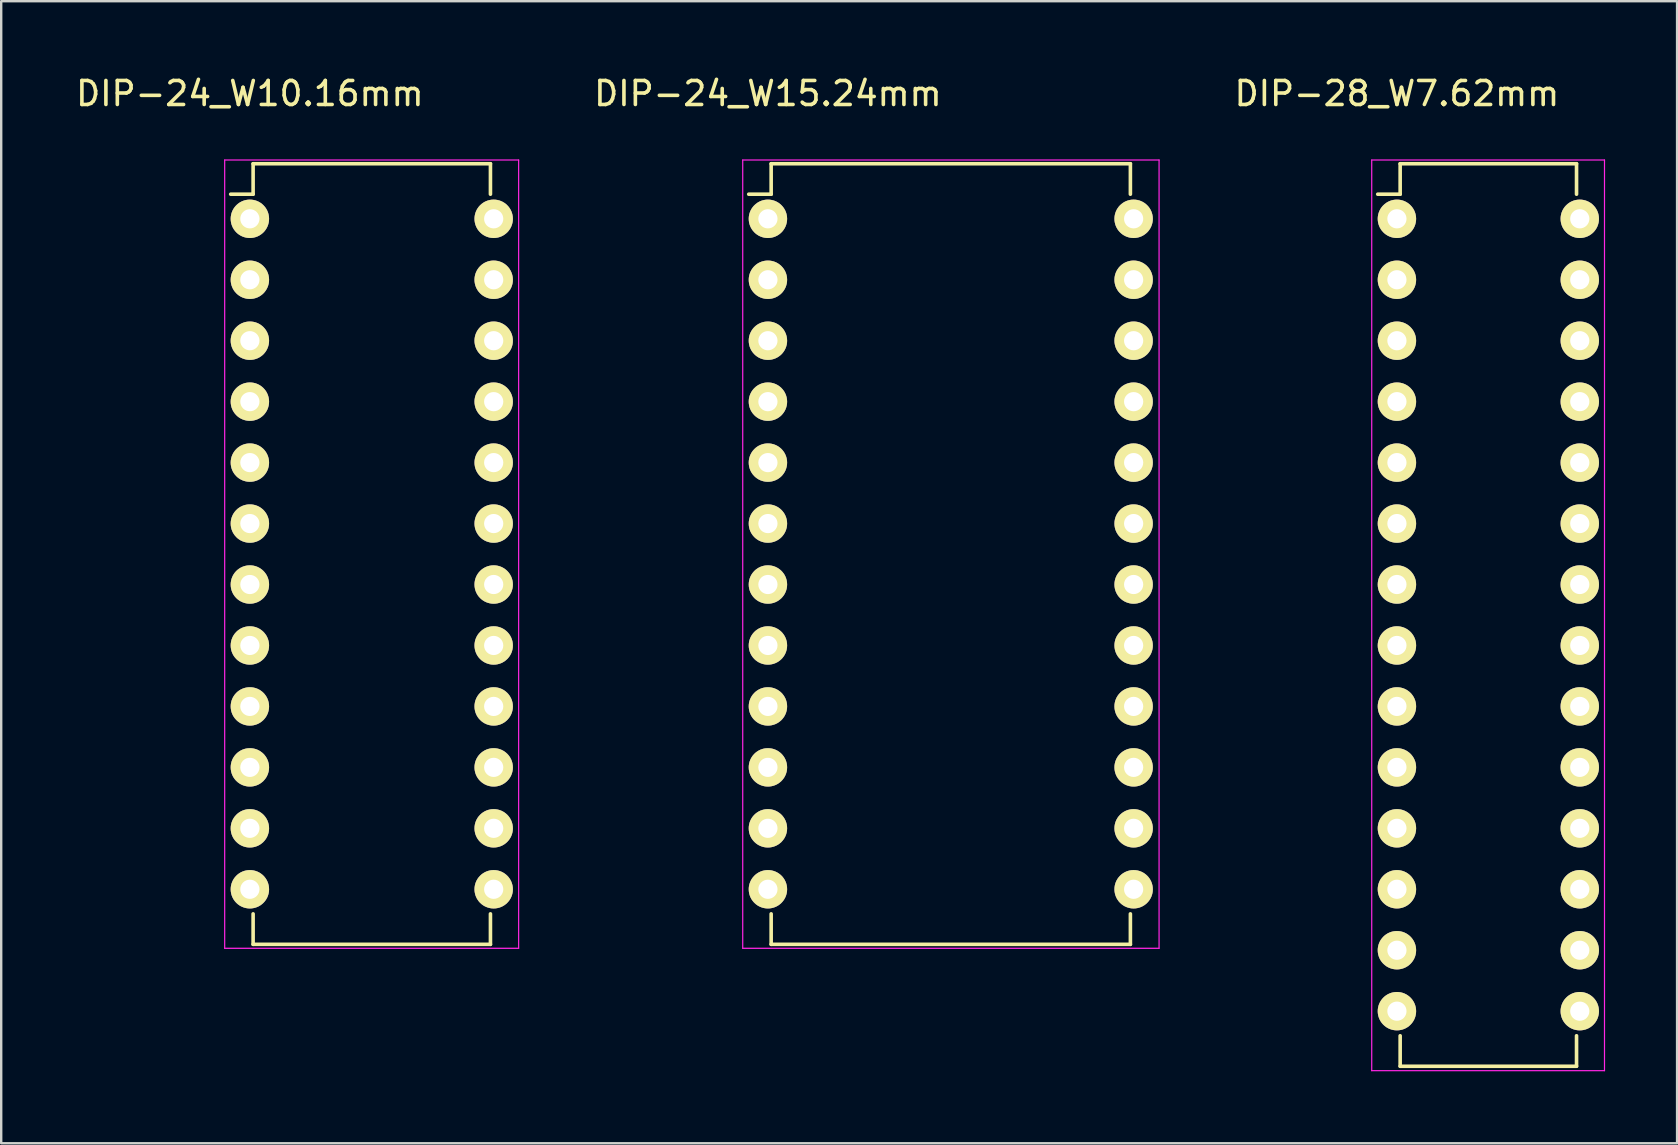
<source format=kicad_pcb>
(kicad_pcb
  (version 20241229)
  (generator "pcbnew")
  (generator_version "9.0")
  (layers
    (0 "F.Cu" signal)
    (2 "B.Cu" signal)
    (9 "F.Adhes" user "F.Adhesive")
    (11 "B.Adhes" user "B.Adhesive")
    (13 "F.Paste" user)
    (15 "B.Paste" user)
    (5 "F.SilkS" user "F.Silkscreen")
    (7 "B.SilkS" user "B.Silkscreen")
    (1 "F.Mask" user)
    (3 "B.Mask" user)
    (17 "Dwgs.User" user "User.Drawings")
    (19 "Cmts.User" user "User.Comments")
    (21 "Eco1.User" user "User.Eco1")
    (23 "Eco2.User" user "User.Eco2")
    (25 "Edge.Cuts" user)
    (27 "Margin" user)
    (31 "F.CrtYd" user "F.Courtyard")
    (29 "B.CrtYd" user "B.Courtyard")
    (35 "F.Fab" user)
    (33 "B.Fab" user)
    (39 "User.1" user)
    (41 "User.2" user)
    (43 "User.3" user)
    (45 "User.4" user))
  (footprint "DIP-24_W10.16mm"
    (layer "F.Cu")
    (at 7.363 6.068)
    (property "Reference" "DIP-24_W10.16mm" (at 0 -5.22 0) (layer "F.SilkS") (effects (font (size 1 1) (thickness 0.15))))
    (attr through_hole)
    (fp_line (start 0.135 -2.295) (end 0.135 -1.025) (stroke (width 0.15) (type solid)) (layer "F.SilkS"))
    (fp_line (start 0.135 -2.295) (end 10.025 -2.295) (stroke (width 0.15) (type solid)) (layer "F.SilkS"))
    (fp_line (start 0.135 -1.025) (end -0.8 -1.025) (stroke (width 0.15) (type solid)) (layer "F.SilkS"))
    (fp_line (start 0.135 30.235) (end 0.135 28.965) (stroke (width 0.15) (type solid)) (layer "F.SilkS"))
    (fp_line (start 0.135 30.235) (end 10.025 30.235) (stroke (width 0.15) (type solid)) (layer "F.SilkS"))
    (fp_line (start 10.025 -2.295) (end 10.025 -1.025) (stroke (width 0.15) (type solid)) (layer "F.SilkS"))
    (fp_line (start 10.025 30.235) (end 10.025 28.965) (stroke (width 0.15) (type solid)) (layer "F.SilkS"))
    (fp_line (start -1.05 -2.45) (end -1.05 30.4) (stroke (width 0.05) (type solid)) (layer "F.CrtYd"))
    (fp_line (start -1.05 -2.45) (end 11.2 -2.45) (stroke (width 0.05) (type solid)) (layer "F.CrtYd"))
    (fp_line (start -1.05 30.4) (end 11.2 30.4) (stroke (width 0.05) (type solid)) (layer "F.CrtYd"))
    (fp_line (start 11.2 -2.45) (end 11.2 30.4) (stroke (width 0.05) (type solid)) (layer "F.CrtYd"))
    (pad "1" thru_hole oval (at 0 0) (size 1.6 1.6) (drill 0.8) (layers "*.Cu" "*.Mask" "F.SilkS"))
    (pad "2" thru_hole oval (at 0 2.54) (size 1.6 1.6) (drill 0.8) (layers "*.Cu" "*.Mask" "F.SilkS"))
    (pad "3" thru_hole oval (at 0 5.08) (size 1.6 1.6) (drill 0.8) (layers "*.Cu" "*.Mask" "F.SilkS"))
    (pad "4" thru_hole oval (at 0 7.62) (size 1.6 1.6) (drill 0.8) (layers "*.Cu" "*.Mask" "F.SilkS"))
    (pad "5" thru_hole oval (at 0 10.16) (size 1.6 1.6) (drill 0.8) (layers "*.Cu" "*.Mask" "F.SilkS"))
    (pad "6" thru_hole oval (at 0 12.7) (size 1.6 1.6) (drill 0.8) (layers "*.Cu" "*.Mask" "F.SilkS"))
    (pad "7" thru_hole oval (at 0 15.24) (size 1.6 1.6) (drill 0.8) (layers "*.Cu" "*.Mask" "F.SilkS"))
    (pad "8" thru_hole oval (at 0 17.78) (size 1.6 1.6) (drill 0.8) (layers "*.Cu" "*.Mask" "F.SilkS"))
    (pad "9" thru_hole oval (at 0 20.32) (size 1.6 1.6) (drill 0.8) (layers "*.Cu" "*.Mask" "F.SilkS"))
    (pad "10" thru_hole oval (at 0 22.86) (size 1.6 1.6) (drill 0.8) (layers "*.Cu" "*.Mask" "F.SilkS"))
    (pad "11" thru_hole oval (at 0 25.4) (size 1.6 1.6) (drill 0.8) (layers "*.Cu" "*.Mask" "F.SilkS"))
    (pad "12" thru_hole oval (at 0 27.94) (size 1.6 1.6) (drill 0.8) (layers "*.Cu" "*.Mask" "F.SilkS"))
    (pad "13" thru_hole oval (at 10.16 27.94) (size 1.6 1.6) (drill 0.8) (layers "*.Cu" "*.Mask" "F.SilkS"))
    (pad "14" thru_hole oval (at 10.16 25.4) (size 1.6 1.6) (drill 0.8) (layers "*.Cu" "*.Mask" "F.SilkS"))
    (pad "15" thru_hole oval (at 10.16 22.86) (size 1.6 1.6) (drill 0.8) (layers "*.Cu" "*.Mask" "F.SilkS"))
    (pad "16" thru_hole oval (at 10.16 20.32) (size 1.6 1.6) (drill 0.8) (layers "*.Cu" "*.Mask" "F.SilkS"))
    (pad "17" thru_hole oval (at 10.16 17.78) (size 1.6 1.6) (drill 0.8) (layers "*.Cu" "*.Mask" "F.SilkS"))
    (pad "18" thru_hole oval (at 10.16 15.24) (size 1.6 1.6) (drill 0.8) (layers "*.Cu" "*.Mask" "F.SilkS"))
    (pad "19" thru_hole oval (at 10.16 12.7) (size 1.6 1.6) (drill 0.8) (layers "*.Cu" "*.Mask" "F.SilkS"))
    (pad "20" thru_hole oval (at 10.16 10.16) (size 1.6 1.6) (drill 0.8) (layers "*.Cu" "*.Mask" "F.SilkS"))
    (pad "21" thru_hole oval (at 10.16 7.62) (size 1.6 1.6) (drill 0.8) (layers "*.Cu" "*.Mask" "F.SilkS"))
    (pad "22" thru_hole oval (at 10.16 5.08) (size 1.6 1.6) (drill 0.8) (layers "*.Cu" "*.Mask" "F.SilkS"))
    (pad "23" thru_hole oval (at 10.16 2.54) (size 1.6 1.6) (drill 0.8) (layers "*.Cu" "*.Mask" "F.SilkS"))
    (pad "24" thru_hole oval (at 10.16 0) (size 1.6 1.6) (drill 0.8) (layers "*.Cu" "*.Mask" "F.SilkS")))
  (footprint "DIP-28_W7.62mm"
    (layer "F.Cu")
    (at 55.163 6.068)
    (property "Reference" "DIP-28_W7.62mm" (at 0 -5.22 0) (layer "F.SilkS") (effects (font (size 1 1) (thickness 0.15))))
    (attr through_hole)
    (fp_line (start 0.135 -2.295) (end 0.135 -1.025) (stroke (width 0.15) (type solid)) (layer "F.SilkS"))
    (fp_line (start 0.135 -2.295) (end 7.485 -2.295) (stroke (width 0.15) (type solid)) (layer "F.SilkS"))
    (fp_line (start 0.135 -1.025) (end -0.8 -1.025) (stroke (width 0.15) (type solid)) (layer "F.SilkS"))
    (fp_line (start 0.135 35.315) (end 0.135 34.045) (stroke (width 0.15) (type solid)) (layer "F.SilkS"))
    (fp_line (start 0.135 35.315) (end 7.485 35.315) (stroke (width 0.15) (type solid)) (layer "F.SilkS"))
    (fp_line (start 7.485 -2.295) (end 7.485 -1.025) (stroke (width 0.15) (type solid)) (layer "F.SilkS"))
    (fp_line (start 7.485 35.315) (end 7.485 34.045) (stroke (width 0.15) (type solid)) (layer "F.SilkS"))
    (fp_line (start -1.05 -2.45) (end -1.05 35.5) (stroke (width 0.05) (type solid)) (layer "F.CrtYd"))
    (fp_line (start -1.05 -2.45) (end 8.65 -2.45) (stroke (width 0.05) (type solid)) (layer "F.CrtYd"))
    (fp_line (start -1.05 35.5) (end 8.65 35.5) (stroke (width 0.05) (type solid)) (layer "F.CrtYd"))
    (fp_line (start 8.65 -2.45) (end 8.65 35.5) (stroke (width 0.05) (type solid)) (layer "F.CrtYd"))
    (pad "1" thru_hole oval (at 0 0) (size 1.6 1.6) (drill 0.8) (layers "*.Cu" "*.Mask" "F.SilkS"))
    (pad "2" thru_hole oval (at 0 2.54) (size 1.6 1.6) (drill 0.8) (layers "*.Cu" "*.Mask" "F.SilkS"))
    (pad "3" thru_hole oval (at 0 5.08) (size 1.6 1.6) (drill 0.8) (layers "*.Cu" "*.Mask" "F.SilkS"))
    (pad "4" thru_hole oval (at 0 7.62) (size 1.6 1.6) (drill 0.8) (layers "*.Cu" "*.Mask" "F.SilkS"))
    (pad "5" thru_hole oval (at 0 10.16) (size 1.6 1.6) (drill 0.8) (layers "*.Cu" "*.Mask" "F.SilkS"))
    (pad "6" thru_hole oval (at 0 12.7) (size 1.6 1.6) (drill 0.8) (layers "*.Cu" "*.Mask" "F.SilkS"))
    (pad "7" thru_hole oval (at 0 15.24) (size 1.6 1.6) (drill 0.8) (layers "*.Cu" "*.Mask" "F.SilkS"))
    (pad "8" thru_hole oval (at 0 17.78) (size 1.6 1.6) (drill 0.8) (layers "*.Cu" "*.Mask" "F.SilkS"))
    (pad "9" thru_hole oval (at 0 20.32) (size 1.6 1.6) (drill 0.8) (layers "*.Cu" "*.Mask" "F.SilkS"))
    (pad "10" thru_hole oval (at 0 22.86) (size 1.6 1.6) (drill 0.8) (layers "*.Cu" "*.Mask" "F.SilkS"))
    (pad "11" thru_hole oval (at 0 25.4) (size 1.6 1.6) (drill 0.8) (layers "*.Cu" "*.Mask" "F.SilkS"))
    (pad "12" thru_hole oval (at 0 27.94) (size 1.6 1.6) (drill 0.8) (layers "*.Cu" "*.Mask" "F.SilkS"))
    (pad "13" thru_hole oval (at 0 30.48) (size 1.6 1.6) (drill 0.8) (layers "*.Cu" "*.Mask" "F.SilkS"))
    (pad "14" thru_hole oval (at 0 33.02) (size 1.6 1.6) (drill 0.8) (layers "*.Cu" "*.Mask" "F.SilkS"))
    (pad "15" thru_hole oval (at 7.62 33.02) (size 1.6 1.6) (drill 0.8) (layers "*.Cu" "*.Mask" "F.SilkS"))
    (pad "16" thru_hole oval (at 7.62 30.48) (size 1.6 1.6) (drill 0.8) (layers "*.Cu" "*.Mask" "F.SilkS"))
    (pad "17" thru_hole oval (at 7.62 27.94) (size 1.6 1.6) (drill 0.8) (layers "*.Cu" "*.Mask" "F.SilkS"))
    (pad "18" thru_hole oval (at 7.62 25.4) (size 1.6 1.6) (drill 0.8) (layers "*.Cu" "*.Mask" "F.SilkS"))
    (pad "19" thru_hole oval (at 7.62 22.86) (size 1.6 1.6) (drill 0.8) (layers "*.Cu" "*.Mask" "F.SilkS"))
    (pad "20" thru_hole oval (at 7.62 20.32) (size 1.6 1.6) (drill 0.8) (layers "*.Cu" "*.Mask" "F.SilkS"))
    (pad "21" thru_hole oval (at 7.62 17.78) (size 1.6 1.6) (drill 0.8) (layers "*.Cu" "*.Mask" "F.SilkS"))
    (pad "22" thru_hole oval (at 7.62 15.24) (size 1.6 1.6) (drill 0.8) (layers "*.Cu" "*.Mask" "F.SilkS"))
    (pad "23" thru_hole oval (at 7.62 12.7) (size 1.6 1.6) (drill 0.8) (layers "*.Cu" "*.Mask" "F.SilkS"))
    (pad "24" thru_hole oval (at 7.62 10.16) (size 1.6 1.6) (drill 0.8) (layers "*.Cu" "*.Mask" "F.SilkS"))
    (pad "25" thru_hole oval (at 7.62 7.62) (size 1.6 1.6) (drill 0.8) (layers "*.Cu" "*.Mask" "F.SilkS"))
    (pad "26" thru_hole oval (at 7.62 5.08) (size 1.6 1.6) (drill 0.8) (layers "*.Cu" "*.Mask" "F.SilkS"))
    (pad "27" thru_hole oval (at 7.62 2.54) (size 1.6 1.6) (drill 0.8) (layers "*.Cu" "*.Mask" "F.SilkS"))
    (pad "28" thru_hole oval (at 7.62 0) (size 1.6 1.6) (drill 0.8) (layers "*.Cu" "*.Mask" "F.SilkS")))
  (footprint "DIP-24_W15.24mm"
    (layer "F.Cu")
    (at 28.951 6.068)
    (property "Reference" "DIP-24_W15.24mm" (at 0 -5.22 0) (layer "F.SilkS") (effects (font (size 1 1) (thickness 0.15))))
    (attr through_hole)
    (fp_line (start 0.135 -2.295) (end 0.135 -1.025) (stroke (width 0.15) (type solid)) (layer "F.SilkS"))
    (fp_line (start 0.135 -2.295) (end 15.105 -2.295) (stroke (width 0.15) (type solid)) (layer "F.SilkS"))
    (fp_line (start 0.135 -1.025) (end -0.8 -1.025) (stroke (width 0.15) (type solid)) (layer "F.SilkS"))
    (fp_line (start 0.135 30.235) (end 0.135 28.965) (stroke (width 0.15) (type solid)) (layer "F.SilkS"))
    (fp_line (start 0.135 30.235) (end 15.105 30.235) (stroke (width 0.15) (type solid)) (layer "F.SilkS"))
    (fp_line (start 15.105 -2.295) (end 15.105 -1.025) (stroke (width 0.15) (type solid)) (layer "F.SilkS"))
    (fp_line (start 15.105 30.235) (end 15.105 28.965) (stroke (width 0.15) (type solid)) (layer "F.SilkS"))
    (fp_line (start -1.05 -2.45) (end -1.05 30.4) (stroke (width 0.05) (type solid)) (layer "F.CrtYd"))
    (fp_line (start -1.05 -2.45) (end 16.3 -2.45) (stroke (width 0.05) (type solid)) (layer "F.CrtYd"))
    (fp_line (start -1.05 30.4) (end 16.3 30.4) (stroke (width 0.05) (type solid)) (layer "F.CrtYd"))
    (fp_line (start 16.3 -2.45) (end 16.3 30.4) (stroke (width 0.05) (type solid)) (layer "F.CrtYd"))
    (pad "1" thru_hole oval (at 0 0) (size 1.6 1.6) (drill 0.8) (layers "*.Cu" "*.Mask" "F.SilkS"))
    (pad "2" thru_hole oval (at 0 2.54) (size 1.6 1.6) (drill 0.8) (layers "*.Cu" "*.Mask" "F.SilkS"))
    (pad "3" thru_hole oval (at 0 5.08) (size 1.6 1.6) (drill 0.8) (layers "*.Cu" "*.Mask" "F.SilkS"))
    (pad "4" thru_hole oval (at 0 7.62) (size 1.6 1.6) (drill 0.8) (layers "*.Cu" "*.Mask" "F.SilkS"))
    (pad "5" thru_hole oval (at 0 10.16) (size 1.6 1.6) (drill 0.8) (layers "*.Cu" "*.Mask" "F.SilkS"))
    (pad "6" thru_hole oval (at 0 12.7) (size 1.6 1.6) (drill 0.8) (layers "*.Cu" "*.Mask" "F.SilkS"))
    (pad "7" thru_hole oval (at 0 15.24) (size 1.6 1.6) (drill 0.8) (layers "*.Cu" "*.Mask" "F.SilkS"))
    (pad "8" thru_hole oval (at 0 17.78) (size 1.6 1.6) (drill 0.8) (layers "*.Cu" "*.Mask" "F.SilkS"))
    (pad "9" thru_hole oval (at 0 20.32) (size 1.6 1.6) (drill 0.8) (layers "*.Cu" "*.Mask" "F.SilkS"))
    (pad "10" thru_hole oval (at 0 22.86) (size 1.6 1.6) (drill 0.8) (layers "*.Cu" "*.Mask" "F.SilkS"))
    (pad "11" thru_hole oval (at 0 25.4) (size 1.6 1.6) (drill 0.8) (layers "*.Cu" "*.Mask" "F.SilkS"))
    (pad "12" thru_hole oval (at 0 27.94) (size 1.6 1.6) (drill 0.8) (layers "*.Cu" "*.Mask" "F.SilkS"))
    (pad "13" thru_hole oval (at 15.24 27.94) (size 1.6 1.6) (drill 0.8) (layers "*.Cu" "*.Mask" "F.SilkS"))
    (pad "14" thru_hole oval (at 15.24 25.4) (size 1.6 1.6) (drill 0.8) (layers "*.Cu" "*.Mask" "F.SilkS"))
    (pad "15" thru_hole oval (at 15.24 22.86) (size 1.6 1.6) (drill 0.8) (layers "*.Cu" "*.Mask" "F.SilkS"))
    (pad "16" thru_hole oval (at 15.24 20.32) (size 1.6 1.6) (drill 0.8) (layers "*.Cu" "*.Mask" "F.SilkS"))
    (pad "17" thru_hole oval (at 15.24 17.78) (size 1.6 1.6) (drill 0.8) (layers "*.Cu" "*.Mask" "F.SilkS"))
    (pad "18" thru_hole oval (at 15.24 15.24) (size 1.6 1.6) (drill 0.8) (layers "*.Cu" "*.Mask" "F.SilkS"))
    (pad "19" thru_hole oval (at 15.24 12.7) (size 1.6 1.6) (drill 0.8) (layers "*.Cu" "*.Mask" "F.SilkS"))
    (pad "20" thru_hole oval (at 15.24 10.16) (size 1.6 1.6) (drill 0.8) (layers "*.Cu" "*.Mask" "F.SilkS"))
    (pad "21" thru_hole oval (at 15.24 7.62) (size 1.6 1.6) (drill 0.8) (layers "*.Cu" "*.Mask" "F.SilkS"))
    (pad "22" thru_hole oval (at 15.24 5.08) (size 1.6 1.6) (drill 0.8) (layers "*.Cu" "*.Mask" "F.SilkS"))
    (pad "23" thru_hole oval (at 15.24 2.54) (size 1.6 1.6) (drill 0.8) (layers "*.Cu" "*.Mask" "F.SilkS"))
    (pad "24" thru_hole oval (at 15.24 0) (size 1.6 1.6) (drill 0.8) (layers "*.Cu" "*.Mask" "F.SilkS")))
  (gr_rect
    (start -3 -3)
    (end 66.838 44.593)
    (stroke (width 0.1) (type default))
    (fill no)
    (layer "Edge.Cuts")))
</source>
